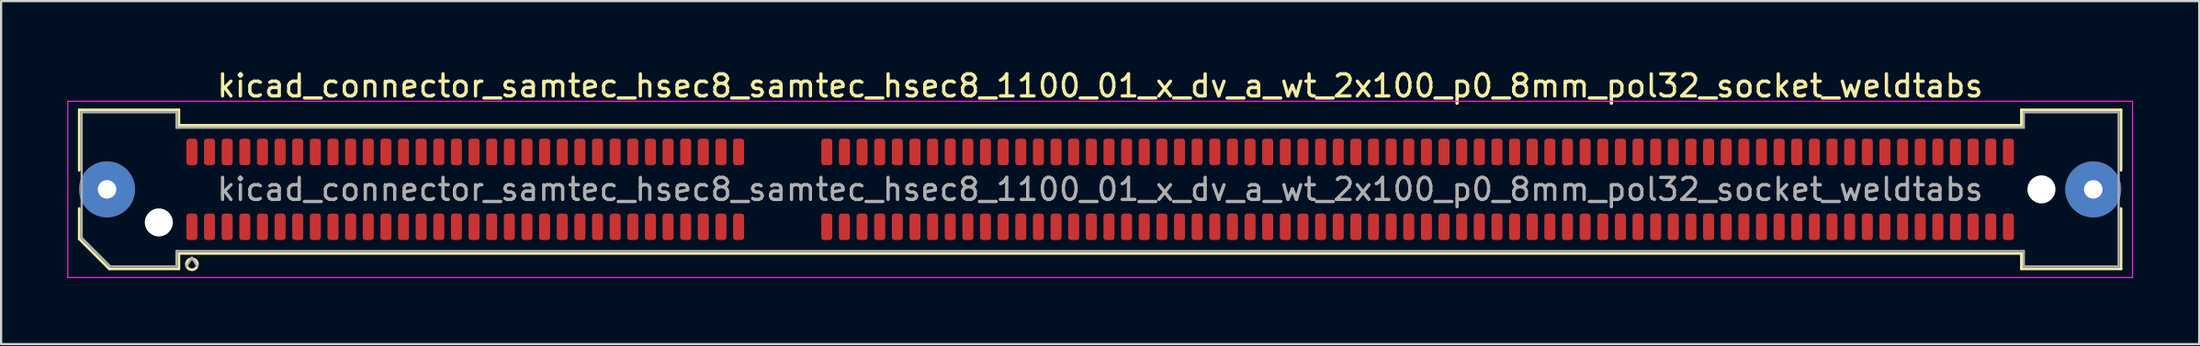
<source format=kicad_pcb>
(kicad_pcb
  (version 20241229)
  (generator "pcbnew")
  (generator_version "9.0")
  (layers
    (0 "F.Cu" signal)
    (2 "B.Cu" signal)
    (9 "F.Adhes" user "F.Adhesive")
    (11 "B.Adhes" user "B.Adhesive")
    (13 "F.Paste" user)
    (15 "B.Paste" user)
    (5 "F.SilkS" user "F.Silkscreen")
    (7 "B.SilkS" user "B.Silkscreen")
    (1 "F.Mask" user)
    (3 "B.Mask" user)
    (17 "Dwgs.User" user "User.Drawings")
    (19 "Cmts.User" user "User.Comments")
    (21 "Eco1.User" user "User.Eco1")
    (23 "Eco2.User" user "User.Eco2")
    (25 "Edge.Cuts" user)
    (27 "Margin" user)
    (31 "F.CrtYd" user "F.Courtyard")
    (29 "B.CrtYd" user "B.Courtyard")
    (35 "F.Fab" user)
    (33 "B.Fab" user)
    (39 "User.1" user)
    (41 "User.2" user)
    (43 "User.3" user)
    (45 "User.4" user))
  (footprint "kicad_connector_samtec_hsec8_samtec_hsec8_1100_01_x_dv_a_wt_2x100_p0_8mm_pol32_socket_weldtabs"
    (layer "F.Cu")
    (at 46.855 5.548)
    (property "Reference" "kicad_connector_samtec_hsec8_samtec_hsec8_1100_01_x_dv_a_wt_2x100_p0_8mm_pol32_socket_weldtabs" (at 0 -4.7 0) (layer "F.SilkS") (effects (font (size 1 1) (thickness 0.15))))
    (attr smd)
    (fp_line (start -46.31 -3.61) (end -41.79 -3.61) (stroke (width 0.12) (type solid)) (layer "F.SilkS"))
    (fp_line (start -46.31 -0.868) (end -46.31 -3.61) (stroke (width 0.12) (type solid)) (layer "F.SilkS"))
    (fp_line (start -46.31 2.246) (end -46.31 0.868) (stroke (width 0.12) (type solid)) (layer "F.SilkS"))
    (fp_line (start -44.946 3.61) (end -46.31 2.246) (stroke (width 0.12) (type solid)) (layer "F.SilkS"))
    (fp_line (start -41.79 -3.61) (end -41.79 -2.91) (stroke (width 0.12) (type solid)) (layer "F.SilkS"))
    (fp_line (start -41.79 -2.91) (end 41.79 -2.91) (stroke (width 0.12) (type solid)) (layer "F.SilkS"))
    (fp_line (start -41.79 2.91) (end -41.79 3.61) (stroke (width 0.12) (type solid)) (layer "F.SilkS"))
    (fp_line (start -41.79 3.61) (end -44.946 3.61) (stroke (width 0.12) (type solid)) (layer "F.SilkS"))
    (fp_line (start 41.79 -3.61) (end 46.31 -3.61) (stroke (width 0.12) (type solid)) (layer "F.SilkS"))
    (fp_line (start 41.79 -2.91) (end 41.79 -3.61) (stroke (width 0.12) (type solid)) (layer "F.SilkS"))
    (fp_line (start 41.79 2.91) (end -41.79 2.91) (stroke (width 0.12) (type solid)) (layer "F.SilkS"))
    (fp_line (start 41.79 3.61) (end 41.79 2.91) (stroke (width 0.12) (type solid)) (layer "F.SilkS"))
    (fp_line (start 46.31 -3.61) (end 46.31 -0.868) (stroke (width 0.12) (type solid)) (layer "F.SilkS"))
    (fp_line (start 46.31 0.868) (end 46.31 3.61) (stroke (width 0.12) (type solid)) (layer "F.SilkS"))
    (fp_line (start 46.31 3.61) (end 41.79 3.61) (stroke (width 0.12) (type solid)) (layer "F.SilkS"))
    (fp_arc (start -40.95 3.4) (mid -41.45 3.4) (end -40.95 3.4) (stroke (width 0.12) (type solid)) (layer "F.SilkS"))
    (fp_line (start -46.83 -4) (end -46.83 4) (stroke (width 0.05) (type solid)) (layer "F.CrtYd"))
    (fp_line (start -46.83 4) (end 46.83 4) (stroke (width 0.05) (type solid)) (layer "F.CrtYd"))
    (fp_line (start 46.83 -4) (end -46.83 -4) (stroke (width 0.05) (type solid)) (layer "F.CrtYd"))
    (fp_line (start 46.83 4) (end 46.83 -4) (stroke (width 0.05) (type solid)) (layer "F.CrtYd"))
    (fp_line (start -46.2 -3.5) (end -41.9 -3.5) (stroke (width 0.1) (type solid)) (layer "F.Fab"))
    (fp_line (start -46.2 2.2) (end -46.2 -3.5) (stroke (width 0.1) (type solid)) (layer "F.Fab"))
    (fp_line (start -44.9 3.5) (end -46.2 2.2) (stroke (width 0.1) (type solid)) (layer "F.Fab"))
    (fp_line (start -41.9 -3.5) (end -41.9 -2.8) (stroke (width 0.1) (type solid)) (layer "F.Fab"))
    (fp_line (start -41.9 -2.8) (end 41.9 -2.8) (stroke (width 0.1) (type solid)) (layer "F.Fab"))
    (fp_line (start -41.9 2.8) (end -41.9 3.5) (stroke (width 0.1) (type solid)) (layer "F.Fab"))
    (fp_line (start -41.9 3.5) (end -44.9 3.5) (stroke (width 0.1) (type solid)) (layer "F.Fab"))
    (fp_line (start -41.2 3.1) (end -41.45 3.5) (stroke (width 0.1) (type solid)) (layer "F.Fab"))
    (fp_line (start -41.2 3.1) (end -40.95 3.5) (stroke (width 0.1) (type solid)) (layer "F.Fab"))
    (fp_line (start 41.9 -3.5) (end 46.2 -3.5) (stroke (width 0.1) (type solid)) (layer "F.Fab"))
    (fp_line (start 41.9 -2.8) (end 41.9 -3.5) (stroke (width 0.1) (type solid)) (layer "F.Fab"))
    (fp_line (start 41.9 2.8) (end -41.9 2.8) (stroke (width 0.1) (type solid)) (layer "F.Fab"))
    (fp_line (start 41.9 3.5) (end 41.9 2.8) (stroke (width 0.1) (type solid)) (layer "F.Fab"))
    (fp_line (start 46.2 -3.5) (end 46.2 3.5) (stroke (width 0.1) (type solid)) (layer "F.Fab"))
    (fp_line (start 46.2 3.5) (end 41.9 3.5) (stroke (width 0.1) (type solid)) (layer "F.Fab"))
    (fp_text user "${REFERENCE}" (at 0 0 0) (layer "F.Fab") (effects (font (size 1 1) (thickness 0.15))))
    (pad "" thru_hole circle (at -45.05 0) (size 2.54 2.54) (drill 0.84) (layers "*.Cu" "*.Mask" "F.Paste"))
    (pad "" np_thru_hole circle (at -42.7 1.5) (size 1.27 1.27) (drill 1.27) (layers "*.Cu" "*.Mask"))
    (pad "" np_thru_hole circle (at 42.7 0) (size 1.27 1.27) (drill 1.27) (layers "*.Cu" "*.Mask"))
    (pad "" thru_hole circle (at 45.05 0) (size 2.54 2.54) (drill 0.84) (layers "*.Cu" "*.Mask" "F.Paste"))
    (pad "1" smd roundrect (at -41.2 1.7) (size 0.5 1.2) (layers "F.Cu" "F.Mask" "F.Paste") (roundrect_rratio 0.25))
    (pad "2" smd roundrect (at -41.2 -1.7) (size 0.5 1.2) (layers "F.Cu" "F.Mask" "F.Paste") (roundrect_rratio 0.25))
    (pad "3" smd roundrect (at -40.4 1.7) (size 0.5 1.2) (layers "F.Cu" "F.Mask" "F.Paste") (roundrect_rratio 0.25))
    (pad "4" smd roundrect (at -40.4 -1.7) (size 0.5 1.2) (layers "F.Cu" "F.Mask" "F.Paste") (roundrect_rratio 0.25))
    (pad "5" smd roundrect (at -39.6 1.7) (size 0.5 1.2) (layers "F.Cu" "F.Mask" "F.Paste") (roundrect_rratio 0.25))
    (pad "6" smd roundrect (at -39.6 -1.7) (size 0.5 1.2) (layers "F.Cu" "F.Mask" "F.Paste") (roundrect_rratio 0.25))
    (pad "7" smd roundrect (at -38.8 1.7) (size 0.5 1.2) (layers "F.Cu" "F.Mask" "F.Paste") (roundrect_rratio 0.25))
    (pad "8" smd roundrect (at -38.8 -1.7) (size 0.5 1.2) (layers "F.Cu" "F.Mask" "F.Paste") (roundrect_rratio 0.25))
    (pad "9" smd roundrect (at -38 1.7) (size 0.5 1.2) (layers "F.Cu" "F.Mask" "F.Paste") (roundrect_rratio 0.25))
    (pad "10" smd roundrect (at -38 -1.7) (size 0.5 1.2) (layers "F.Cu" "F.Mask" "F.Paste") (roundrect_rratio 0.25))
    (pad "11" smd roundrect (at -37.2 1.7) (size 0.5 1.2) (layers "F.Cu" "F.Mask" "F.Paste") (roundrect_rratio 0.25))
    (pad "12" smd roundrect (at -37.2 -1.7) (size 0.5 1.2) (layers "F.Cu" "F.Mask" "F.Paste") (roundrect_rratio 0.25))
    (pad "13" smd roundrect (at -36.4 1.7) (size 0.5 1.2) (layers "F.Cu" "F.Mask" "F.Paste") (roundrect_rratio 0.25))
    (pad "14" smd roundrect (at -36.4 -1.7) (size 0.5 1.2) (layers "F.Cu" "F.Mask" "F.Paste") (roundrect_rratio 0.25))
    (pad "15" smd roundrect (at -35.6 1.7) (size 0.5 1.2) (layers "F.Cu" "F.Mask" "F.Paste") (roundrect_rratio 0.25))
    (pad "16" smd roundrect (at -35.6 -1.7) (size 0.5 1.2) (layers "F.Cu" "F.Mask" "F.Paste") (roundrect_rratio 0.25))
    (pad "17" smd roundrect (at -34.8 1.7) (size 0.5 1.2) (layers "F.Cu" "F.Mask" "F.Paste") (roundrect_rratio 0.25))
    (pad "18" smd roundrect (at -34.8 -1.7) (size 0.5 1.2) (layers "F.Cu" "F.Mask" "F.Paste") (roundrect_rratio 0.25))
    (pad "19" smd roundrect (at -34 1.7) (size 0.5 1.2) (layers "F.Cu" "F.Mask" "F.Paste") (roundrect_rratio 0.25))
    (pad "20" smd roundrect (at -34 -1.7) (size 0.5 1.2) (layers "F.Cu" "F.Mask" "F.Paste") (roundrect_rratio 0.25))
    (pad "21" smd roundrect (at -33.2 1.7) (size 0.5 1.2) (layers "F.Cu" "F.Mask" "F.Paste") (roundrect_rratio 0.25))
    (pad "22" smd roundrect (at -33.2 -1.7) (size 0.5 1.2) (layers "F.Cu" "F.Mask" "F.Paste") (roundrect_rratio 0.25))
    (pad "23" smd roundrect (at -32.4 1.7) (size 0.5 1.2) (layers "F.Cu" "F.Mask" "F.Paste") (roundrect_rratio 0.25))
    (pad "24" smd roundrect (at -32.4 -1.7) (size 0.5 1.2) (layers "F.Cu" "F.Mask" "F.Paste") (roundrect_rratio 0.25))
    (pad "25" smd roundrect (at -31.6 1.7) (size 0.5 1.2) (layers "F.Cu" "F.Mask" "F.Paste") (roundrect_rratio 0.25))
    (pad "26" smd roundrect (at -31.6 -1.7) (size 0.5 1.2) (layers "F.Cu" "F.Mask" "F.Paste") (roundrect_rratio 0.25))
    (pad "27" smd roundrect (at -30.8 1.7) (size 0.5 1.2) (layers "F.Cu" "F.Mask" "F.Paste") (roundrect_rratio 0.25))
    (pad "28" smd roundrect (at -30.8 -1.7) (size 0.5 1.2) (layers "F.Cu" "F.Mask" "F.Paste") (roundrect_rratio 0.25))
    (pad "29" smd roundrect (at -30 1.7) (size 0.5 1.2) (layers "F.Cu" "F.Mask" "F.Paste") (roundrect_rratio 0.25))
    (pad "30" smd roundrect (at -30 -1.7) (size 0.5 1.2) (layers "F.Cu" "F.Mask" "F.Paste") (roundrect_rratio 0.25))
    (pad "31" smd roundrect (at -29.2 1.7) (size 0.5 1.2) (layers "F.Cu" "F.Mask" "F.Paste") (roundrect_rratio 0.25))
    (pad "32" smd roundrect (at -29.2 -1.7) (size 0.5 1.2) (layers "F.Cu" "F.Mask" "F.Paste") (roundrect_rratio 0.25))
    (pad "33" smd roundrect (at -28.4 1.7) (size 0.5 1.2) (layers "F.Cu" "F.Mask" "F.Paste") (roundrect_rratio 0.25))
    (pad "34" smd roundrect (at -28.4 -1.7) (size 0.5 1.2) (layers "F.Cu" "F.Mask" "F.Paste") (roundrect_rratio 0.25))
    (pad "35" smd roundrect (at -27.6 1.7) (size 0.5 1.2) (layers "F.Cu" "F.Mask" "F.Paste") (roundrect_rratio 0.25))
    (pad "36" smd roundrect (at -27.6 -1.7) (size 0.5 1.2) (layers "F.Cu" "F.Mask" "F.Paste") (roundrect_rratio 0.25))
    (pad "37" smd roundrect (at -26.8 1.7) (size 0.5 1.2) (layers "F.Cu" "F.Mask" "F.Paste") (roundrect_rratio 0.25))
    (pad "38" smd roundrect (at -26.8 -1.7) (size 0.5 1.2) (layers "F.Cu" "F.Mask" "F.Paste") (roundrect_rratio 0.25))
    (pad "39" smd roundrect (at -26 1.7) (size 0.5 1.2) (layers "F.Cu" "F.Mask" "F.Paste") (roundrect_rratio 0.25))
    (pad "40" smd roundrect (at -26 -1.7) (size 0.5 1.2) (layers "F.Cu" "F.Mask" "F.Paste") (roundrect_rratio 0.25))
    (pad "41" smd roundrect (at -25.2 1.7) (size 0.5 1.2) (layers "F.Cu" "F.Mask" "F.Paste") (roundrect_rratio 0.25))
    (pad "42" smd roundrect (at -25.2 -1.7) (size 0.5 1.2) (layers "F.Cu" "F.Mask" "F.Paste") (roundrect_rratio 0.25))
    (pad "43" smd roundrect (at -24.4 1.7) (size 0.5 1.2) (layers "F.Cu" "F.Mask" "F.Paste") (roundrect_rratio 0.25))
    (pad "44" smd roundrect (at -24.4 -1.7) (size 0.5 1.2) (layers "F.Cu" "F.Mask" "F.Paste") (roundrect_rratio 0.25))
    (pad "45" smd roundrect (at -23.6 1.7) (size 0.5 1.2) (layers "F.Cu" "F.Mask" "F.Paste") (roundrect_rratio 0.25))
    (pad "46" smd roundrect (at -23.6 -1.7) (size 0.5 1.2) (layers "F.Cu" "F.Mask" "F.Paste") (roundrect_rratio 0.25))
    (pad "47" smd roundrect (at -22.8 1.7) (size 0.5 1.2) (layers "F.Cu" "F.Mask" "F.Paste") (roundrect_rratio 0.25))
    (pad "48" smd roundrect (at -22.8 -1.7) (size 0.5 1.2) (layers "F.Cu" "F.Mask" "F.Paste") (roundrect_rratio 0.25))
    (pad "49" smd roundrect (at -22 1.7) (size 0.5 1.2) (layers "F.Cu" "F.Mask" "F.Paste") (roundrect_rratio 0.25))
    (pad "50" smd roundrect (at -22 -1.7) (size 0.5 1.2) (layers "F.Cu" "F.Mask" "F.Paste") (roundrect_rratio 0.25))
    (pad "51" smd roundrect (at -21.2 1.7) (size 0.5 1.2) (layers "F.Cu" "F.Mask" "F.Paste") (roundrect_rratio 0.25))
    (pad "52" smd roundrect (at -21.2 -1.7) (size 0.5 1.2) (layers "F.Cu" "F.Mask" "F.Paste") (roundrect_rratio 0.25))
    (pad "53" smd roundrect (at -20.4 1.7) (size 0.5 1.2) (layers "F.Cu" "F.Mask" "F.Paste") (roundrect_rratio 0.25))
    (pad "54" smd roundrect (at -20.4 -1.7) (size 0.5 1.2) (layers "F.Cu" "F.Mask" "F.Paste") (roundrect_rratio 0.25))
    (pad "55" smd roundrect (at -19.6 1.7) (size 0.5 1.2) (layers "F.Cu" "F.Mask" "F.Paste") (roundrect_rratio 0.25))
    (pad "56" smd roundrect (at -19.6 -1.7) (size 0.5 1.2) (layers "F.Cu" "F.Mask" "F.Paste") (roundrect_rratio 0.25))
    (pad "57" smd roundrect (at -18.8 1.7) (size 0.5 1.2) (layers "F.Cu" "F.Mask" "F.Paste") (roundrect_rratio 0.25))
    (pad "58" smd roundrect (at -18.8 -1.7) (size 0.5 1.2) (layers "F.Cu" "F.Mask" "F.Paste") (roundrect_rratio 0.25))
    (pad "59" smd roundrect (at -18 1.7) (size 0.5 1.2) (layers "F.Cu" "F.Mask" "F.Paste") (roundrect_rratio 0.25))
    (pad "60" smd roundrect (at -18 -1.7) (size 0.5 1.2) (layers "F.Cu" "F.Mask" "F.Paste") (roundrect_rratio 0.25))
    (pad "61" smd roundrect (at -17.2 1.7) (size 0.5 1.2) (layers "F.Cu" "F.Mask" "F.Paste") (roundrect_rratio 0.25))
    (pad "62" smd roundrect (at -17.2 -1.7) (size 0.5 1.2) (layers "F.Cu" "F.Mask" "F.Paste") (roundrect_rratio 0.25))
    (pad "63" smd roundrect (at -16.4 1.7) (size 0.5 1.2) (layers "F.Cu" "F.Mask" "F.Paste") (roundrect_rratio 0.25))
    (pad "64" smd roundrect (at -16.4 -1.7) (size 0.5 1.2) (layers "F.Cu" "F.Mask" "F.Paste") (roundrect_rratio 0.25))
    (pad "65" smd roundrect (at -12.4 1.7) (size 0.5 1.2) (layers "F.Cu" "F.Mask" "F.Paste") (roundrect_rratio 0.25))
    (pad "66" smd roundrect (at -12.4 -1.7) (size 0.5 1.2) (layers "F.Cu" "F.Mask" "F.Paste") (roundrect_rratio 0.25))
    (pad "67" smd roundrect (at -11.6 1.7) (size 0.5 1.2) (layers "F.Cu" "F.Mask" "F.Paste") (roundrect_rratio 0.25))
    (pad "68" smd roundrect (at -11.6 -1.7) (size 0.5 1.2) (layers "F.Cu" "F.Mask" "F.Paste") (roundrect_rratio 0.25))
    (pad "69" smd roundrect (at -10.8 1.7) (size 0.5 1.2) (layers "F.Cu" "F.Mask" "F.Paste") (roundrect_rratio 0.25))
    (pad "70" smd roundrect (at -10.8 -1.7) (size 0.5 1.2) (layers "F.Cu" "F.Mask" "F.Paste") (roundrect_rratio 0.25))
    (pad "71" smd roundrect (at -10 1.7) (size 0.5 1.2) (layers "F.Cu" "F.Mask" "F.Paste") (roundrect_rratio 0.25))
    (pad "72" smd roundrect (at -10 -1.7) (size 0.5 1.2) (layers "F.Cu" "F.Mask" "F.Paste") (roundrect_rratio 0.25))
    (pad "73" smd roundrect (at -9.2 1.7) (size 0.5 1.2) (layers "F.Cu" "F.Mask" "F.Paste") (roundrect_rratio 0.25))
    (pad "74" smd roundrect (at -9.2 -1.7) (size 0.5 1.2) (layers "F.Cu" "F.Mask" "F.Paste") (roundrect_rratio 0.25))
    (pad "75" smd roundrect (at -8.4 1.7) (size 0.5 1.2) (layers "F.Cu" "F.Mask" "F.Paste") (roundrect_rratio 0.25))
    (pad "76" smd roundrect (at -8.4 -1.7) (size 0.5 1.2) (layers "F.Cu" "F.Mask" "F.Paste") (roundrect_rratio 0.25))
    (pad "77" smd roundrect (at -7.6 1.7) (size 0.5 1.2) (layers "F.Cu" "F.Mask" "F.Paste") (roundrect_rratio 0.25))
    (pad "78" smd roundrect (at -7.6 -1.7) (size 0.5 1.2) (layers "F.Cu" "F.Mask" "F.Paste") (roundrect_rratio 0.25))
    (pad "79" smd roundrect (at -6.8 1.7) (size 0.5 1.2) (layers "F.Cu" "F.Mask" "F.Paste") (roundrect_rratio 0.25))
    (pad "80" smd roundrect (at -6.8 -1.7) (size 0.5 1.2) (layers "F.Cu" "F.Mask" "F.Paste") (roundrect_rratio 0.25))
    (pad "81" smd roundrect (at -6 1.7) (size 0.5 1.2) (layers "F.Cu" "F.Mask" "F.Paste") (roundrect_rratio 0.25))
    (pad "82" smd roundrect (at -6 -1.7) (size 0.5 1.2) (layers "F.Cu" "F.Mask" "F.Paste") (roundrect_rratio 0.25))
    (pad "83" smd roundrect (at -5.2 1.7) (size 0.5 1.2) (layers "F.Cu" "F.Mask" "F.Paste") (roundrect_rratio 0.25))
    (pad "84" smd roundrect (at -5.2 -1.7) (size 0.5 1.2) (layers "F.Cu" "F.Mask" "F.Paste") (roundrect_rratio 0.25))
    (pad "85" smd roundrect (at -4.4 1.7) (size 0.5 1.2) (layers "F.Cu" "F.Mask" "F.Paste") (roundrect_rratio 0.25))
    (pad "86" smd roundrect (at -4.4 -1.7) (size 0.5 1.2) (layers "F.Cu" "F.Mask" "F.Paste") (roundrect_rratio 0.25))
    (pad "87" smd roundrect (at -3.6 1.7) (size 0.5 1.2) (layers "F.Cu" "F.Mask" "F.Paste") (roundrect_rratio 0.25))
    (pad "88" smd roundrect (at -3.6 -1.7) (size 0.5 1.2) (layers "F.Cu" "F.Mask" "F.Paste") (roundrect_rratio 0.25))
    (pad "89" smd roundrect (at -2.8 1.7) (size 0.5 1.2) (layers "F.Cu" "F.Mask" "F.Paste") (roundrect_rratio 0.25))
    (pad "90" smd roundrect (at -2.8 -1.7) (size 0.5 1.2) (layers "F.Cu" "F.Mask" "F.Paste") (roundrect_rratio 0.25))
    (pad "91" smd roundrect (at -2 1.7) (size 0.5 1.2) (layers "F.Cu" "F.Mask" "F.Paste") (roundrect_rratio 0.25))
    (pad "92" smd roundrect (at -2 -1.7) (size 0.5 1.2) (layers "F.Cu" "F.Mask" "F.Paste") (roundrect_rratio 0.25))
    (pad "93" smd roundrect (at -1.2 1.7) (size 0.5 1.2) (layers "F.Cu" "F.Mask" "F.Paste") (roundrect_rratio 0.25))
    (pad "94" smd roundrect (at -1.2 -1.7) (size 0.5 1.2) (layers "F.Cu" "F.Mask" "F.Paste") (roundrect_rratio 0.25))
    (pad "95" smd roundrect (at -0.4 1.7) (size 0.5 1.2) (layers "F.Cu" "F.Mask" "F.Paste") (roundrect_rratio 0.25))
    (pad "96" smd roundrect (at -0.4 -1.7) (size 0.5 1.2) (layers "F.Cu" "F.Mask" "F.Paste") (roundrect_rratio 0.25))
    (pad "97" smd roundrect (at 0.4 1.7) (size 0.5 1.2) (layers "F.Cu" "F.Mask" "F.Paste") (roundrect_rratio 0.25))
    (pad "98" smd roundrect (at 0.4 -1.7) (size 0.5 1.2) (layers "F.Cu" "F.Mask" "F.Paste") (roundrect_rratio 0.25))
    (pad "99" smd roundrect (at 1.2 1.7) (size 0.5 1.2) (layers "F.Cu" "F.Mask" "F.Paste") (roundrect_rratio 0.25))
    (pad "100" smd roundrect (at 1.2 -1.7) (size 0.5 1.2) (layers "F.Cu" "F.Mask" "F.Paste") (roundrect_rratio 0.25))
    (pad "101" smd roundrect (at 2 1.7) (size 0.5 1.2) (layers "F.Cu" "F.Mask" "F.Paste") (roundrect_rratio 0.25))
    (pad "102" smd roundrect (at 2 -1.7) (size 0.5 1.2) (layers "F.Cu" "F.Mask" "F.Paste") (roundrect_rratio 0.25))
    (pad "103" smd roundrect (at 2.8 1.7) (size 0.5 1.2) (layers "F.Cu" "F.Mask" "F.Paste") (roundrect_rratio 0.25))
    (pad "104" smd roundrect (at 2.8 -1.7) (size 0.5 1.2) (layers "F.Cu" "F.Mask" "F.Paste") (roundrect_rratio 0.25))
    (pad "105" smd roundrect (at 3.6 1.7) (size 0.5 1.2) (layers "F.Cu" "F.Mask" "F.Paste") (roundrect_rratio 0.25))
    (pad "106" smd roundrect (at 3.6 -1.7) (size 0.5 1.2) (layers "F.Cu" "F.Mask" "F.Paste") (roundrect_rratio 0.25))
    (pad "107" smd roundrect (at 4.4 1.7) (size 0.5 1.2) (layers "F.Cu" "F.Mask" "F.Paste") (roundrect_rratio 0.25))
    (pad "108" smd roundrect (at 4.4 -1.7) (size 0.5 1.2) (layers "F.Cu" "F.Mask" "F.Paste") (roundrect_rratio 0.25))
    (pad "109" smd roundrect (at 5.2 1.7) (size 0.5 1.2) (layers "F.Cu" "F.Mask" "F.Paste") (roundrect_rratio 0.25))
    (pad "110" smd roundrect (at 5.2 -1.7) (size 0.5 1.2) (layers "F.Cu" "F.Mask" "F.Paste") (roundrect_rratio 0.25))
    (pad "111" smd roundrect (at 6 1.7) (size 0.5 1.2) (layers "F.Cu" "F.Mask" "F.Paste") (roundrect_rratio 0.25))
    (pad "112" smd roundrect (at 6 -1.7) (size 0.5 1.2) (layers "F.Cu" "F.Mask" "F.Paste") (roundrect_rratio 0.25))
    (pad "113" smd roundrect (at 6.8 1.7) (size 0.5 1.2) (layers "F.Cu" "F.Mask" "F.Paste") (roundrect_rratio 0.25))
    (pad "114" smd roundrect (at 6.8 -1.7) (size 0.5 1.2) (layers "F.Cu" "F.Mask" "F.Paste") (roundrect_rratio 0.25))
    (pad "115" smd roundrect (at 7.6 1.7) (size 0.5 1.2) (layers "F.Cu" "F.Mask" "F.Paste") (roundrect_rratio 0.25))
    (pad "116" smd roundrect (at 7.6 -1.7) (size 0.5 1.2) (layers "F.Cu" "F.Mask" "F.Paste") (roundrect_rratio 0.25))
    (pad "117" smd roundrect (at 8.4 1.7) (size 0.5 1.2) (layers "F.Cu" "F.Mask" "F.Paste") (roundrect_rratio 0.25))
    (pad "118" smd roundrect (at 8.4 -1.7) (size 0.5 1.2) (layers "F.Cu" "F.Mask" "F.Paste") (roundrect_rratio 0.25))
    (pad "119" smd roundrect (at 9.2 1.7) (size 0.5 1.2) (layers "F.Cu" "F.Mask" "F.Paste") (roundrect_rratio 0.25))
    (pad "120" smd roundrect (at 9.2 -1.7) (size 0.5 1.2) (layers "F.Cu" "F.Mask" "F.Paste") (roundrect_rratio 0.25))
    (pad "121" smd roundrect (at 10 1.7) (size 0.5 1.2) (layers "F.Cu" "F.Mask" "F.Paste") (roundrect_rratio 0.25))
    (pad "122" smd roundrect (at 10 -1.7) (size 0.5 1.2) (layers "F.Cu" "F.Mask" "F.Paste") (roundrect_rratio 0.25))
    (pad "123" smd roundrect (at 10.8 1.7) (size 0.5 1.2) (layers "F.Cu" "F.Mask" "F.Paste") (roundrect_rratio 0.25))
    (pad "124" smd roundrect (at 10.8 -1.7) (size 0.5 1.2) (layers "F.Cu" "F.Mask" "F.Paste") (roundrect_rratio 0.25))
    (pad "125" smd roundrect (at 11.6 1.7) (size 0.5 1.2) (layers "F.Cu" "F.Mask" "F.Paste") (roundrect_rratio 0.25))
    (pad "126" smd roundrect (at 11.6 -1.7) (size 0.5 1.2) (layers "F.Cu" "F.Mask" "F.Paste") (roundrect_rratio 0.25))
    (pad "127" smd roundrect (at 12.4 1.7) (size 0.5 1.2) (layers "F.Cu" "F.Mask" "F.Paste") (roundrect_rratio 0.25))
    (pad "128" smd roundrect (at 12.4 -1.7) (size 0.5 1.2) (layers "F.Cu" "F.Mask" "F.Paste") (roundrect_rratio 0.25))
    (pad "129" smd roundrect (at 13.2 1.7) (size 0.5 1.2) (layers "F.Cu" "F.Mask" "F.Paste") (roundrect_rratio 0.25))
    (pad "130" smd roundrect (at 13.2 -1.7) (size 0.5 1.2) (layers "F.Cu" "F.Mask" "F.Paste") (roundrect_rratio 0.25))
    (pad "131" smd roundrect (at 14 1.7) (size 0.5 1.2) (layers "F.Cu" "F.Mask" "F.Paste") (roundrect_rratio 0.25))
    (pad "132" smd roundrect (at 14 -1.7) (size 0.5 1.2) (layers "F.Cu" "F.Mask" "F.Paste") (roundrect_rratio 0.25))
    (pad "133" smd roundrect (at 14.8 1.7) (size 0.5 1.2) (layers "F.Cu" "F.Mask" "F.Paste") (roundrect_rratio 0.25))
    (pad "134" smd roundrect (at 14.8 -1.7) (size 0.5 1.2) (layers "F.Cu" "F.Mask" "F.Paste") (roundrect_rratio 0.25))
    (pad "135" smd roundrect (at 15.6 1.7) (size 0.5 1.2) (layers "F.Cu" "F.Mask" "F.Paste") (roundrect_rratio 0.25))
    (pad "136" smd roundrect (at 15.6 -1.7) (size 0.5 1.2) (layers "F.Cu" "F.Mask" "F.Paste") (roundrect_rratio 0.25))
    (pad "137" smd roundrect (at 16.4 1.7) (size 0.5 1.2) (layers "F.Cu" "F.Mask" "F.Paste") (roundrect_rratio 0.25))
    (pad "138" smd roundrect (at 16.4 -1.7) (size 0.5 1.2) (layers "F.Cu" "F.Mask" "F.Paste") (roundrect_rratio 0.25))
    (pad "139" smd roundrect (at 17.2 1.7) (size 0.5 1.2) (layers "F.Cu" "F.Mask" "F.Paste") (roundrect_rratio 0.25))
    (pad "140" smd roundrect (at 17.2 -1.7) (size 0.5 1.2) (layers "F.Cu" "F.Mask" "F.Paste") (roundrect_rratio 0.25))
    (pad "141" smd roundrect (at 18 1.7) (size 0.5 1.2) (layers "F.Cu" "F.Mask" "F.Paste") (roundrect_rratio 0.25))
    (pad "142" smd roundrect (at 18 -1.7) (size 0.5 1.2) (layers "F.Cu" "F.Mask" "F.Paste") (roundrect_rratio 0.25))
    (pad "143" smd roundrect (at 18.8 1.7) (size 0.5 1.2) (layers "F.Cu" "F.Mask" "F.Paste") (roundrect_rratio 0.25))
    (pad "144" smd roundrect (at 18.8 -1.7) (size 0.5 1.2) (layers "F.Cu" "F.Mask" "F.Paste") (roundrect_rratio 0.25))
    (pad "145" smd roundrect (at 19.6 1.7) (size 0.5 1.2) (layers "F.Cu" "F.Mask" "F.Paste") (roundrect_rratio 0.25))
    (pad "146" smd roundrect (at 19.6 -1.7) (size 0.5 1.2) (layers "F.Cu" "F.Mask" "F.Paste") (roundrect_rratio 0.25))
    (pad "147" smd roundrect (at 20.4 1.7) (size 0.5 1.2) (layers "F.Cu" "F.Mask" "F.Paste") (roundrect_rratio 0.25))
    (pad "148" smd roundrect (at 20.4 -1.7) (size 0.5 1.2) (layers "F.Cu" "F.Mask" "F.Paste") (roundrect_rratio 0.25))
    (pad "149" smd roundrect (at 21.2 1.7) (size 0.5 1.2) (layers "F.Cu" "F.Mask" "F.Paste") (roundrect_rratio 0.25))
    (pad "150" smd roundrect (at 21.2 -1.7) (size 0.5 1.2) (layers "F.Cu" "F.Mask" "F.Paste") (roundrect_rratio 0.25))
    (pad "151" smd roundrect (at 22 1.7) (size 0.5 1.2) (layers "F.Cu" "F.Mask" "F.Paste") (roundrect_rratio 0.25))
    (pad "152" smd roundrect (at 22 -1.7) (size 0.5 1.2) (layers "F.Cu" "F.Mask" "F.Paste") (roundrect_rratio 0.25))
    (pad "153" smd roundrect (at 22.8 1.7) (size 0.5 1.2) (layers "F.Cu" "F.Mask" "F.Paste") (roundrect_rratio 0.25))
    (pad "154" smd roundrect (at 22.8 -1.7) (size 0.5 1.2) (layers "F.Cu" "F.Mask" "F.Paste") (roundrect_rratio 0.25))
    (pad "155" smd roundrect (at 23.6 1.7) (size 0.5 1.2) (layers "F.Cu" "F.Mask" "F.Paste") (roundrect_rratio 0.25))
    (pad "156" smd roundrect (at 23.6 -1.7) (size 0.5 1.2) (layers "F.Cu" "F.Mask" "F.Paste") (roundrect_rratio 0.25))
    (pad "157" smd roundrect (at 24.4 1.7) (size 0.5 1.2) (layers "F.Cu" "F.Mask" "F.Paste") (roundrect_rratio 0.25))
    (pad "158" smd roundrect (at 24.4 -1.7) (size 0.5 1.2) (layers "F.Cu" "F.Mask" "F.Paste") (roundrect_rratio 0.25))
    (pad "159" smd roundrect (at 25.2 1.7) (size 0.5 1.2) (layers "F.Cu" "F.Mask" "F.Paste") (roundrect_rratio 0.25))
    (pad "160" smd roundrect (at 25.2 -1.7) (size 0.5 1.2) (layers "F.Cu" "F.Mask" "F.Paste") (roundrect_rratio 0.25))
    (pad "161" smd roundrect (at 26 1.7) (size 0.5 1.2) (layers "F.Cu" "F.Mask" "F.Paste") (roundrect_rratio 0.25))
    (pad "162" smd roundrect (at 26 -1.7) (size 0.5 1.2) (layers "F.Cu" "F.Mask" "F.Paste") (roundrect_rratio 0.25))
    (pad "163" smd roundrect (at 26.8 1.7) (size 0.5 1.2) (layers "F.Cu" "F.Mask" "F.Paste") (roundrect_rratio 0.25))
    (pad "164" smd roundrect (at 26.8 -1.7) (size 0.5 1.2) (layers "F.Cu" "F.Mask" "F.Paste") (roundrect_rratio 0.25))
    (pad "165" smd roundrect (at 27.6 1.7) (size 0.5 1.2) (layers "F.Cu" "F.Mask" "F.Paste") (roundrect_rratio 0.25))
    (pad "166" smd roundrect (at 27.6 -1.7) (size 0.5 1.2) (layers "F.Cu" "F.Mask" "F.Paste") (roundrect_rratio 0.25))
    (pad "167" smd roundrect (at 28.4 1.7) (size 0.5 1.2) (layers "F.Cu" "F.Mask" "F.Paste") (roundrect_rratio 0.25))
    (pad "168" smd roundrect (at 28.4 -1.7) (size 0.5 1.2) (layers "F.Cu" "F.Mask" "F.Paste") (roundrect_rratio 0.25))
    (pad "169" smd roundrect (at 29.2 1.7) (size 0.5 1.2) (layers "F.Cu" "F.Mask" "F.Paste") (roundrect_rratio 0.25))
    (pad "170" smd roundrect (at 29.2 -1.7) (size 0.5 1.2) (layers "F.Cu" "F.Mask" "F.Paste") (roundrect_rratio 0.25))
    (pad "171" smd roundrect (at 30 1.7) (size 0.5 1.2) (layers "F.Cu" "F.Mask" "F.Paste") (roundrect_rratio 0.25))
    (pad "172" smd roundrect (at 30 -1.7) (size 0.5 1.2) (layers "F.Cu" "F.Mask" "F.Paste") (roundrect_rratio 0.25))
    (pad "173" smd roundrect (at 30.8 1.7) (size 0.5 1.2) (layers "F.Cu" "F.Mask" "F.Paste") (roundrect_rratio 0.25))
    (pad "174" smd roundrect (at 30.8 -1.7) (size 0.5 1.2) (layers "F.Cu" "F.Mask" "F.Paste") (roundrect_rratio 0.25))
    (pad "175" smd roundrect (at 31.6 1.7) (size 0.5 1.2) (layers "F.Cu" "F.Mask" "F.Paste") (roundrect_rratio 0.25))
    (pad "176" smd roundrect (at 31.6 -1.7) (size 0.5 1.2) (layers "F.Cu" "F.Mask" "F.Paste") (roundrect_rratio 0.25))
    (pad "177" smd roundrect (at 32.4 1.7) (size 0.5 1.2) (layers "F.Cu" "F.Mask" "F.Paste") (roundrect_rratio 0.25))
    (pad "178" smd roundrect (at 32.4 -1.7) (size 0.5 1.2) (layers "F.Cu" "F.Mask" "F.Paste") (roundrect_rratio 0.25))
    (pad "179" smd roundrect (at 33.2 1.7) (size 0.5 1.2) (layers "F.Cu" "F.Mask" "F.Paste") (roundrect_rratio 0.25))
    (pad "180" smd roundrect (at 33.2 -1.7) (size 0.5 1.2) (layers "F.Cu" "F.Mask" "F.Paste") (roundrect_rratio 0.25))
    (pad "181" smd roundrect (at 34 1.7) (size 0.5 1.2) (layers "F.Cu" "F.Mask" "F.Paste") (roundrect_rratio 0.25))
    (pad "182" smd roundrect (at 34 -1.7) (size 0.5 1.2) (layers "F.Cu" "F.Mask" "F.Paste") (roundrect_rratio 0.25))
    (pad "183" smd roundrect (at 34.8 1.7) (size 0.5 1.2) (layers "F.Cu" "F.Mask" "F.Paste") (roundrect_rratio 0.25))
    (pad "184" smd roundrect (at 34.8 -1.7) (size 0.5 1.2) (layers "F.Cu" "F.Mask" "F.Paste") (roundrect_rratio 0.25))
    (pad "185" smd roundrect (at 35.6 1.7) (size 0.5 1.2) (layers "F.Cu" "F.Mask" "F.Paste") (roundrect_rratio 0.25))
    (pad "186" smd roundrect (at 35.6 -1.7) (size 0.5 1.2) (layers "F.Cu" "F.Mask" "F.Paste") (roundrect_rratio 0.25))
    (pad "187" smd roundrect (at 36.4 1.7) (size 0.5 1.2) (layers "F.Cu" "F.Mask" "F.Paste") (roundrect_rratio 0.25))
    (pad "188" smd roundrect (at 36.4 -1.7) (size 0.5 1.2) (layers "F.Cu" "F.Mask" "F.Paste") (roundrect_rratio 0.25))
    (pad "189" smd roundrect (at 37.2 1.7) (size 0.5 1.2) (layers "F.Cu" "F.Mask" "F.Paste") (roundrect_rratio 0.25))
    (pad "190" smd roundrect (at 37.2 -1.7) (size 0.5 1.2) (layers "F.Cu" "F.Mask" "F.Paste") (roundrect_rratio 0.25))
    (pad "191" smd roundrect (at 38 1.7) (size 0.5 1.2) (layers "F.Cu" "F.Mask" "F.Paste") (roundrect_rratio 0.25))
    (pad "192" smd roundrect (at 38 -1.7) (size 0.5 1.2) (layers "F.Cu" "F.Mask" "F.Paste") (roundrect_rratio 0.25))
    (pad "193" smd roundrect (at 38.8 1.7) (size 0.5 1.2) (layers "F.Cu" "F.Mask" "F.Paste") (roundrect_rratio 0.25))
    (pad "194" smd roundrect (at 38.8 -1.7) (size 0.5 1.2) (layers "F.Cu" "F.Mask" "F.Paste") (roundrect_rratio 0.25))
    (pad "195" smd roundrect (at 39.6 1.7) (size 0.5 1.2) (layers "F.Cu" "F.Mask" "F.Paste") (roundrect_rratio 0.25))
    (pad "196" smd roundrect (at 39.6 -1.7) (size 0.5 1.2) (layers "F.Cu" "F.Mask" "F.Paste") (roundrect_rratio 0.25))
    (pad "197" smd roundrect (at 40.4 1.7) (size 0.5 1.2) (layers "F.Cu" "F.Mask" "F.Paste") (roundrect_rratio 0.25))
    (pad "198" smd roundrect (at 40.4 -1.7) (size 0.5 1.2) (layers "F.Cu" "F.Mask" "F.Paste") (roundrect_rratio 0.25))
    (pad "199" smd roundrect (at 41.2 1.7) (size 0.5 1.2) (layers "F.Cu" "F.Mask" "F.Paste") (roundrect_rratio 0.25))
    (pad "200" smd roundrect (at 41.2 -1.7) (size 0.5 1.2) (layers "F.Cu" "F.Mask" "F.Paste") (roundrect_rratio 0.25)))
  (gr_rect
    (start -3 -3)
    (end 96.71 12.573)
    (stroke (width 0.1) (type default))
    (fill no)
    (layer "Edge.Cuts")))
</source>
